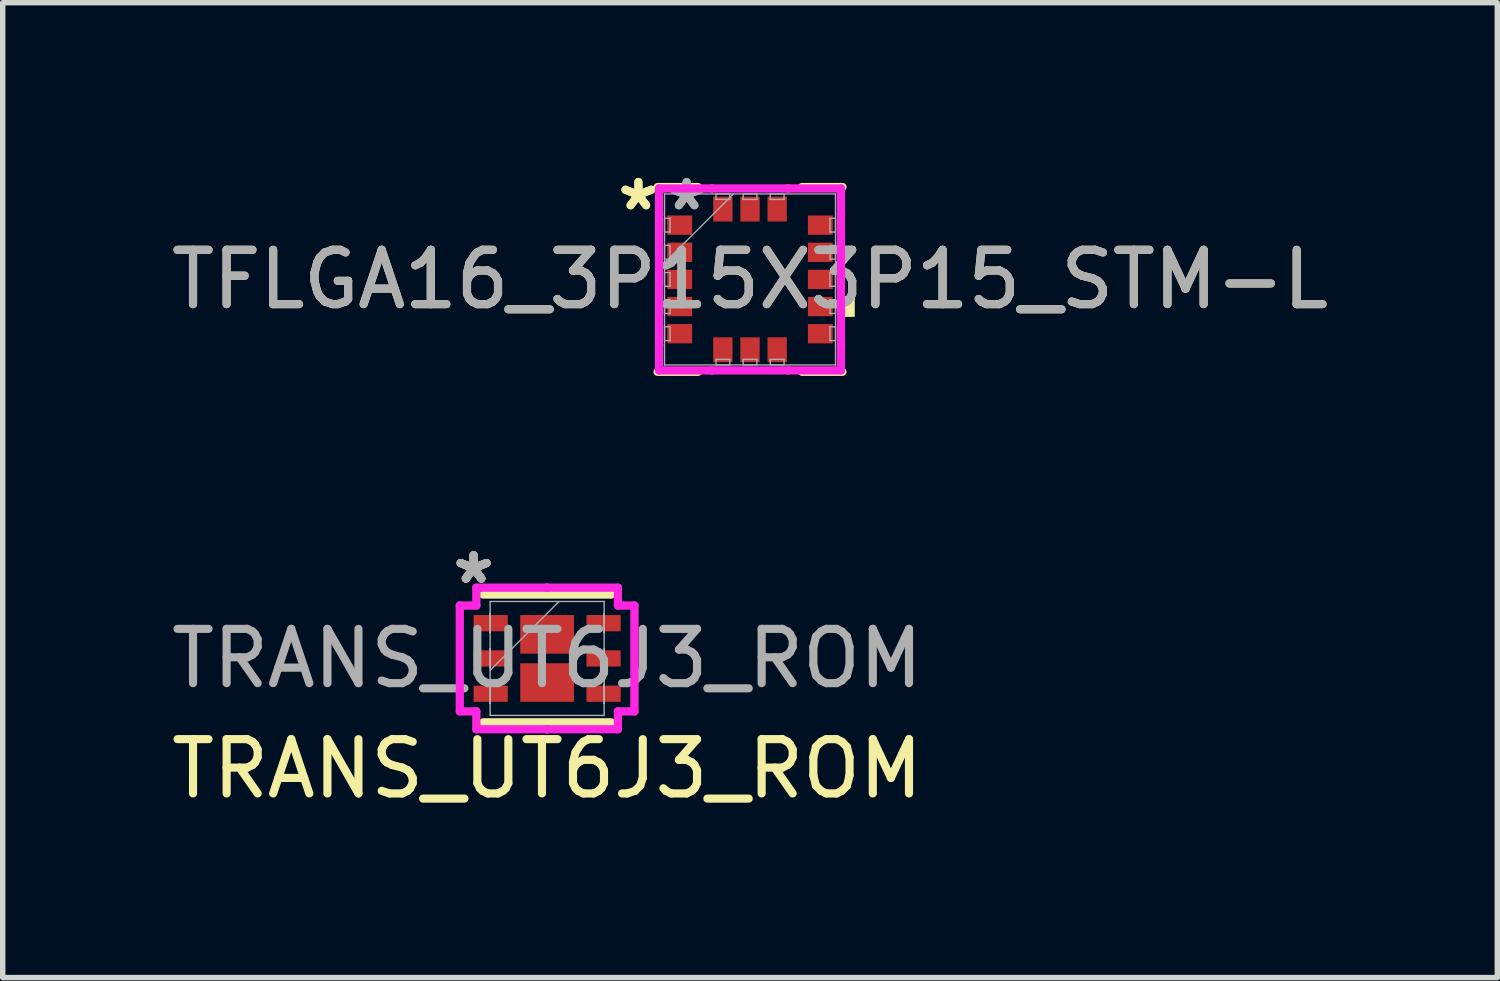
<source format=kicad_pcb>
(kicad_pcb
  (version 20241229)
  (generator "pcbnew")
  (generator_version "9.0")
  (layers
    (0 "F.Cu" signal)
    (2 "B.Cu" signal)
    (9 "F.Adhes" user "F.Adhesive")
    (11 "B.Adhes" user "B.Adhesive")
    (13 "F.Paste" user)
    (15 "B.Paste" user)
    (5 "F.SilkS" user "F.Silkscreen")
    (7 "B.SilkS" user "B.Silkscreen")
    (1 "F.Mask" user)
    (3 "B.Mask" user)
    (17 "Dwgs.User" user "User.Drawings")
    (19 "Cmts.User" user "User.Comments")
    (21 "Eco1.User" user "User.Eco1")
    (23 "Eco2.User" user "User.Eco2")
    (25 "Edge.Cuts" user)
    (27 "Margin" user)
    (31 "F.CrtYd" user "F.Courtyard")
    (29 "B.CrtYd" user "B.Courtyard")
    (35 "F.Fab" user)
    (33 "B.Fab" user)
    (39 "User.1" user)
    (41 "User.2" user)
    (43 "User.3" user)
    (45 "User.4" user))
  (footprint "TRANS_UT6J3_ROM"
    (layer "F.Cu")
    (at 7.03 9.081)
    (property "Reference" "TRANS_UT6J3_ROM" (at 0 2.032 0) (unlocked yes) (layer "F.SilkS") (effects (font (size 1 1) (thickness 0.15))))
    (attr smd)
    (fp_line (start -1.177 1.177) (end 1.177 1.177) (stroke (width 0.152) (type solid)) (layer "F.SilkS"))
    (fp_line (start 1.177 -1.177) (end -1.177 -1.177) (stroke (width 0.152) (type solid)) (layer "F.SilkS"))
    (fp_line (start -1.609 -0.975) (end -1.304 -0.975) (stroke (width 0.152) (type solid)) (layer "F.CrtYd"))
    (fp_line (start -1.609 0.975) (end -1.609 -0.975) (stroke (width 0.152) (type solid)) (layer "F.CrtYd"))
    (fp_line (start -1.304 -1.304) (end 0 -1.304) (stroke (width 0.152) (type solid)) (layer "F.CrtYd"))
    (fp_line (start -1.304 -0.975) (end -1.304 -1.304) (stroke (width 0.152) (type solid)) (layer "F.CrtYd"))
    (fp_line (start -1.304 0.975) (end -1.609 0.975) (stroke (width 0.152) (type solid)) (layer "F.CrtYd"))
    (fp_line (start -1.304 1.304) (end -1.304 0.975) (stroke (width 0.152) (type solid)) (layer "F.CrtYd"))
    (fp_line (start 0 -1.304) (end 0 -1.304) (stroke (width 0.152) (type solid)) (layer "F.CrtYd"))
    (fp_line (start 0 -1.304) (end 0 -1.304) (stroke (width 0.152) (type solid)) (layer "F.CrtYd"))
    (fp_line (start 0 -1.304) (end 0 -1.304) (stroke (width 0.152) (type solid)) (layer "F.CrtYd"))
    (fp_line (start 0 -1.304) (end 1.304 -1.304) (stroke (width 0.152) (type solid)) (layer "F.CrtYd"))
    (fp_line (start 0 1.304) (end -1.304 1.304) (stroke (width 0.152) (type solid)) (layer "F.CrtYd"))
    (fp_line (start 0 1.304) (end 0 1.304) (stroke (width 0.152) (type solid)) (layer "F.CrtYd"))
    (fp_line (start 0 1.304) (end 0 1.304) (stroke (width 0.152) (type solid)) (layer "F.CrtYd"))
    (fp_line (start 0 1.304) (end 0 1.304) (stroke (width 0.152) (type solid)) (layer "F.CrtYd"))
    (fp_line (start 1.304 -1.304) (end 1.304 -0.975) (stroke (width 0.152) (type solid)) (layer "F.CrtYd"))
    (fp_line (start 1.304 -0.975) (end 1.609 -0.975) (stroke (width 0.152) (type solid)) (layer "F.CrtYd"))
    (fp_line (start 1.304 0.975) (end 1.304 1.304) (stroke (width 0.152) (type solid)) (layer "F.CrtYd"))
    (fp_line (start 1.304 1.304) (end 0 1.304) (stroke (width 0.152) (type solid)) (layer "F.CrtYd"))
    (fp_line (start 1.609 -0.975) (end 1.609 0.975) (stroke (width 0.152) (type solid)) (layer "F.CrtYd"))
    (fp_line (start 1.609 0.975) (end 1.304 0.975) (stroke (width 0.152) (type solid)) (layer "F.CrtYd"))
    (fp_line (start -1.05 -1.05) (end -1.05 1.05) (stroke (width 0.025) (type solid)) (layer "F.Fab"))
    (fp_line (start -1.05 -0.825) (end -1.05 -0.825) (stroke (width 0.025) (type solid)) (layer "F.Fab"))
    (fp_line (start -1.05 -0.825) (end -1.05 -0.475) (stroke (width 0.025) (type solid)) (layer "F.Fab"))
    (fp_line (start -1.05 -0.475) (end -1.05 -0.825) (stroke (width 0.025) (type solid)) (layer "F.Fab"))
    (fp_line (start -1.05 -0.475) (end -1.05 -0.475) (stroke (width 0.025) (type solid)) (layer "F.Fab"))
    (fp_line (start -1.05 -0.175) (end -1.05 -0.175) (stroke (width 0.025) (type solid)) (layer "F.Fab"))
    (fp_line (start -1.05 -0.175) (end -1.05 0.175) (stroke (width 0.025) (type solid)) (layer "F.Fab"))
    (fp_line (start -1.05 0.175) (end -1.05 -0.175) (stroke (width 0.025) (type solid)) (layer "F.Fab"))
    (fp_line (start -1.05 0.175) (end -1.05 0.175) (stroke (width 0.025) (type solid)) (layer "F.Fab"))
    (fp_line (start -1.05 0.22) (end 0.22 -1.05) (stroke (width 0.025) (type solid)) (layer "F.Fab"))
    (fp_line (start -1.05 0.475) (end -1.05 0.475) (stroke (width 0.025) (type solid)) (layer "F.Fab"))
    (fp_line (start -1.05 0.475) (end -1.05 0.825) (stroke (width 0.025) (type solid)) (layer "F.Fab"))
    (fp_line (start -1.05 0.825) (end -1.05 0.475) (stroke (width 0.025) (type solid)) (layer "F.Fab"))
    (fp_line (start -1.05 0.825) (end -1.05 0.825) (stroke (width 0.025) (type solid)) (layer "F.Fab"))
    (fp_line (start -1.05 1.05) (end 1.05 1.05) (stroke (width 0.025) (type solid)) (layer "F.Fab"))
    (fp_line (start 1.05 -1.05) (end -1.05 -1.05) (stroke (width 0.025) (type solid)) (layer "F.Fab"))
    (fp_line (start 1.05 -0.825) (end 1.05 -0.825) (stroke (width 0.025) (type solid)) (layer "F.Fab"))
    (fp_line (start 1.05 -0.825) (end 1.05 -0.475) (stroke (width 0.025) (type solid)) (layer "F.Fab"))
    (fp_line (start 1.05 -0.475) (end 1.05 -0.825) (stroke (width 0.025) (type solid)) (layer "F.Fab"))
    (fp_line (start 1.05 -0.475) (end 1.05 -0.475) (stroke (width 0.025) (type solid)) (layer "F.Fab"))
    (fp_line (start 1.05 -0.175) (end 1.05 -0.175) (stroke (width 0.025) (type solid)) (layer "F.Fab"))
    (fp_line (start 1.05 -0.175) (end 1.05 0.175) (stroke (width 0.025) (type solid)) (layer "F.Fab"))
    (fp_line (start 1.05 0.175) (end 1.05 -0.175) (stroke (width 0.025) (type solid)) (layer "F.Fab"))
    (fp_line (start 1.05 0.175) (end 1.05 0.175) (stroke (width 0.025) (type solid)) (layer "F.Fab"))
    (fp_line (start 1.05 0.475) (end 1.05 0.475) (stroke (width 0.025) (type solid)) (layer "F.Fab"))
    (fp_line (start 1.05 0.475) (end 1.05 0.825) (stroke (width 0.025) (type solid)) (layer "F.Fab"))
    (fp_line (start 1.05 0.825) (end 1.05 0.475) (stroke (width 0.025) (type solid)) (layer "F.Fab"))
    (fp_line (start 1.05 0.825) (end 1.05 0.825) (stroke (width 0.025) (type solid)) (layer "F.Fab"))
    (fp_line (start 1.05 1.05) (end 1.05 -1.05) (stroke (width 0.025) (type solid)) (layer "F.Fab"))
    (fp_text user "*" (at -1.355 -1.356 0) (unlocked yes) (layer "F.SilkS") (effects (font (size 1 1) (thickness 0.15))))
    (fp_text user "*" (at -1.355 -1.356 0) (layer "F.SilkS") (effects (font (size 1 1) (thickness 0.15))))
    (fp_text user "*" (at -1.355 -1.356 0) (layer "F.Fab") (effects (font (size 1 1) (thickness 0.15))))
    (fp_text user "*" (at -1.355 -1.356 0) (unlocked yes) (layer "F.Fab") (effects (font (size 1 1) (thickness 0.15))))
    (fp_text user "${REFERENCE}" (at 0 0 0) (unlocked yes) (layer "F.Fab") (effects (font (size 1 1) (thickness 0.15))))
    (pad "1" smd rect (at -1.04 -0.65 90) (size 0.299 0.63) (layers "F.Cu" "F.Mask" "F.Paste"))
    (pad "2" smd rect (at -1.04 0 90) (size 0.299 0.63) (layers "F.Cu" "F.Mask" "F.Paste"))
    (pad "3" smd rect (at -1.04 0.65 90) (size 0.299 0.63) (layers "F.Cu" "F.Mask" "F.Paste"))
    (pad "4" smd rect (at 1.04 0.65 90) (size 0.299 0.63) (layers "F.Cu" "F.Mask" "F.Paste"))
    (pad "5" smd rect (at 1.04 0 90) (size 0.299 0.63) (layers "F.Cu" "F.Mask" "F.Paste"))
    (pad "6" smd rect (at 1.04 -0.65 90) (size 0.299 0.63) (layers "F.Cu" "F.Mask" "F.Paste"))
    (pad "7" smd rect (at 0 -0.444) (size 0.991 0.711) (layers "F.Cu" "F.Mask" "F.Paste"))
    (pad "8" smd rect (at 0 0.444) (size 0.991 0.711) (layers "F.Cu" "F.Mask" "F.Paste")))
  (footprint "TFLGA16_3P15X3P15_STM-L"
    (layer "F.Cu")
    (at 10.768 2.098)
    (property "Reference" "TFLGA16_3P15X3P15_STM-L" (at 0 0 0) (unlocked yes) (layer "F.SilkS") (effects (font (size 1 1) (thickness 0.15))))
    (attr smd)
    (fp_line (start -1.702 1.702) (end -0.959 1.702) (stroke (width 0.152) (type solid)) (layer "F.SilkS"))
    (fp_line (start -0.959 -1.702) (end -1.702 -1.702) (stroke (width 0.152) (type solid)) (layer "F.SilkS"))
    (fp_line (start 0.959 1.702) (end 1.702 1.702) (stroke (width 0.152) (type solid)) (layer "F.SilkS"))
    (fp_line (start 1.702 -1.702) (end 0.959 -1.702) (stroke (width 0.152) (type solid)) (layer "F.SilkS"))
    (fp_poly (pts (xy 1.93 0.309) (xy 1.93 0.69) (xy 1.676 0.69) (xy 1.676 0.309)) (stroke (width 0) (type solid)) (fill yes) (layer "F.SilkS"))
    (fp_line (start -1.676 -1.676) (end -0.703 -1.676) (stroke (width 0.152) (type solid)) (layer "F.CrtYd"))
    (fp_line (start -1.676 -1.203) (end -1.676 -1.676) (stroke (width 0.152) (type solid)) (layer "F.CrtYd"))
    (fp_line (start -1.676 -1.203) (end -1.676 -1.203) (stroke (width 0.152) (type solid)) (layer "F.CrtYd"))
    (fp_line (start -1.676 1.203) (end -1.676 -1.203) (stroke (width 0.152) (type solid)) (layer "F.CrtYd"))
    (fp_line (start -1.676 1.203) (end -1.676 1.203) (stroke (width 0.152) (type solid)) (layer "F.CrtYd"))
    (fp_line (start -1.676 1.676) (end -1.676 1.203) (stroke (width 0.152) (type solid)) (layer "F.CrtYd"))
    (fp_line (start -0.703 -1.676) (end -0.703 -1.676) (stroke (width 0.152) (type solid)) (layer "F.CrtYd"))
    (fp_line (start -0.703 -1.676) (end 0.703 -1.676) (stroke (width 0.152) (type solid)) (layer "F.CrtYd"))
    (fp_line (start -0.703 1.676) (end -1.676 1.676) (stroke (width 0.152) (type solid)) (layer "F.CrtYd"))
    (fp_line (start -0.703 1.676) (end -0.703 1.676) (stroke (width 0.152) (type solid)) (layer "F.CrtYd"))
    (fp_line (start 0.703 -1.676) (end 0.703 -1.676) (stroke (width 0.152) (type solid)) (layer "F.CrtYd"))
    (fp_line (start 0.703 -1.676) (end 1.676 -1.676) (stroke (width 0.152) (type solid)) (layer "F.CrtYd"))
    (fp_line (start 0.703 1.676) (end -0.703 1.676) (stroke (width 0.152) (type solid)) (layer "F.CrtYd"))
    (fp_line (start 0.703 1.676) (end 0.703 1.676) (stroke (width 0.152) (type solid)) (layer "F.CrtYd"))
    (fp_line (start 1.676 -1.676) (end 1.676 -1.203) (stroke (width 0.152) (type solid)) (layer "F.CrtYd"))
    (fp_line (start 1.676 -1.203) (end 1.676 -1.203) (stroke (width 0.152) (type solid)) (layer "F.CrtYd"))
    (fp_line (start 1.676 -1.203) (end 1.676 1.203) (stroke (width 0.152) (type solid)) (layer "F.CrtYd"))
    (fp_line (start 1.676 1.203) (end 1.676 1.203) (stroke (width 0.152) (type solid)) (layer "F.CrtYd"))
    (fp_line (start 1.676 1.203) (end 1.676 1.676) (stroke (width 0.152) (type solid)) (layer "F.CrtYd"))
    (fp_line (start 1.676 1.676) (end 0.703 1.676) (stroke (width 0.152) (type solid)) (layer "F.CrtYd"))
    (fp_line (start -1.575 -1.575) (end -1.575 -1.575) (stroke (width 0.025) (type solid)) (layer "F.Fab"))
    (fp_line (start -1.575 -1.575) (end -1.575 1.575) (stroke (width 0.025) (type solid)) (layer "F.Fab"))
    (fp_line (start -1.575 -1.127) (end -1.473 -1.127) (stroke (width 0.025) (type solid)) (layer "F.Fab"))
    (fp_line (start -1.575 -0.873) (end -1.575 -1.127) (stroke (width 0.025) (type solid)) (layer "F.Fab"))
    (fp_line (start -1.575 -0.627) (end -1.473 -0.627) (stroke (width 0.025) (type solid)) (layer "F.Fab"))
    (fp_line (start -1.575 -0.373) (end -1.575 -0.627) (stroke (width 0.025) (type solid)) (layer "F.Fab"))
    (fp_line (start -1.575 -0.305) (end -0.305 -1.575) (stroke (width 0.025) (type solid)) (layer "F.Fab"))
    (fp_line (start -1.575 -0.127) (end -1.473 -0.127) (stroke (width 0.025) (type solid)) (layer "F.Fab"))
    (fp_line (start -1.575 0.127) (end -1.575 -0.127) (stroke (width 0.025) (type solid)) (layer "F.Fab"))
    (fp_line (start -1.575 0.373) (end -1.473 0.373) (stroke (width 0.025) (type solid)) (layer "F.Fab"))
    (fp_line (start -1.575 0.627) (end -1.575 0.373) (stroke (width 0.025) (type solid)) (layer "F.Fab"))
    (fp_line (start -1.575 0.873) (end -1.473 0.873) (stroke (width 0.025) (type solid)) (layer "F.Fab"))
    (fp_line (start -1.575 1.127) (end -1.575 0.873) (stroke (width 0.025) (type solid)) (layer "F.Fab"))
    (fp_line (start -1.575 1.575) (end -1.575 1.575) (stroke (width 0.025) (type solid)) (layer "F.Fab"))
    (fp_line (start -1.575 1.575) (end 1.575 1.575) (stroke (width 0.025) (type solid)) (layer "F.Fab"))
    (fp_line (start -1.473 -1.127) (end -1.473 -0.873) (stroke (width 0.025) (type solid)) (layer "F.Fab"))
    (fp_line (start -1.473 -0.873) (end -1.575 -0.873) (stroke (width 0.025) (type solid)) (layer "F.Fab"))
    (fp_line (start -1.473 -0.627) (end -1.473 -0.373) (stroke (width 0.025) (type solid)) (layer "F.Fab"))
    (fp_line (start -1.473 -0.373) (end -1.575 -0.373) (stroke (width 0.025) (type solid)) (layer "F.Fab"))
    (fp_line (start -1.473 -0.127) (end -1.473 0.127) (stroke (width 0.025) (type solid)) (layer "F.Fab"))
    (fp_line (start -1.473 0.127) (end -1.575 0.127) (stroke (width 0.025) (type solid)) (layer "F.Fab"))
    (fp_line (start -1.473 0.373) (end -1.473 0.627) (stroke (width 0.025) (type solid)) (layer "F.Fab"))
    (fp_line (start -1.473 0.627) (end -1.575 0.627) (stroke (width 0.025) (type solid)) (layer "F.Fab"))
    (fp_line (start -1.473 0.873) (end -1.473 1.127) (stroke (width 0.025) (type solid)) (layer "F.Fab"))
    (fp_line (start -1.473 1.127) (end -1.575 1.127) (stroke (width 0.025) (type solid)) (layer "F.Fab"))
    (fp_line (start -0.627 -1.575) (end -0.373 -1.575) (stroke (width 0.025) (type solid)) (layer "F.Fab"))
    (fp_line (start -0.627 -1.473) (end -0.627 -1.575) (stroke (width 0.025) (type solid)) (layer "F.Fab"))
    (fp_line (start -0.627 1.473) (end -0.373 1.473) (stroke (width 0.025) (type solid)) (layer "F.Fab"))
    (fp_line (start -0.627 1.575) (end -0.627 1.473) (stroke (width 0.025) (type solid)) (layer "F.Fab"))
    (fp_line (start -0.373 -1.575) (end -0.373 -1.473) (stroke (width 0.025) (type solid)) (layer "F.Fab"))
    (fp_line (start -0.373 -1.473) (end -0.627 -1.473) (stroke (width 0.025) (type solid)) (layer "F.Fab"))
    (fp_line (start -0.373 1.473) (end -0.373 1.575) (stroke (width 0.025) (type solid)) (layer "F.Fab"))
    (fp_line (start -0.373 1.575) (end -0.627 1.575) (stroke (width 0.025) (type solid)) (layer "F.Fab"))
    (fp_line (start -0.127 -1.575) (end 0.127 -1.575) (stroke (width 0.025) (type solid)) (layer "F.Fab"))
    (fp_line (start -0.127 -1.473) (end -0.127 -1.575) (stroke (width 0.025) (type solid)) (layer "F.Fab"))
    (fp_line (start -0.127 1.473) (end 0.127 1.473) (stroke (width 0.025) (type solid)) (layer "F.Fab"))
    (fp_line (start -0.127 1.575) (end -0.127 1.473) (stroke (width 0.025) (type solid)) (layer "F.Fab"))
    (fp_line (start 0.127 -1.575) (end 0.127 -1.473) (stroke (width 0.025) (type solid)) (layer "F.Fab"))
    (fp_line (start 0.127 -1.473) (end -0.127 -1.473) (stroke (width 0.025) (type solid)) (layer "F.Fab"))
    (fp_line (start 0.127 1.473) (end 0.127 1.575) (stroke (width 0.025) (type solid)) (layer "F.Fab"))
    (fp_line (start 0.127 1.575) (end -0.127 1.575) (stroke (width 0.025) (type solid)) (layer "F.Fab"))
    (fp_line (start 0.373 -1.575) (end 0.627 -1.575) (stroke (width 0.025) (type solid)) (layer "F.Fab"))
    (fp_line (start 0.373 -1.473) (end 0.373 -1.575) (stroke (width 0.025) (type solid)) (layer "F.Fab"))
    (fp_line (start 0.373 1.473) (end 0.627 1.473) (stroke (width 0.025) (type solid)) (layer "F.Fab"))
    (fp_line (start 0.373 1.575) (end 0.373 1.473) (stroke (width 0.025) (type solid)) (layer "F.Fab"))
    (fp_line (start 0.627 -1.575) (end 0.627 -1.473) (stroke (width 0.025) (type solid)) (layer "F.Fab"))
    (fp_line (start 0.627 -1.473) (end 0.373 -1.473) (stroke (width 0.025) (type solid)) (layer "F.Fab"))
    (fp_line (start 0.627 1.473) (end 0.627 1.575) (stroke (width 0.025) (type solid)) (layer "F.Fab"))
    (fp_line (start 0.627 1.575) (end 0.373 1.575) (stroke (width 0.025) (type solid)) (layer "F.Fab"))
    (fp_line (start 1.473 -1.127) (end 1.575 -1.127) (stroke (width 0.025) (type solid)) (layer "F.Fab"))
    (fp_line (start 1.473 -0.873) (end 1.473 -1.127) (stroke (width 0.025) (type solid)) (layer "F.Fab"))
    (fp_line (start 1.473 -0.627) (end 1.575 -0.627) (stroke (width 0.025) (type solid)) (layer "F.Fab"))
    (fp_line (start 1.473 -0.373) (end 1.473 -0.627) (stroke (width 0.025) (type solid)) (layer "F.Fab"))
    (fp_line (start 1.473 -0.127) (end 1.575 -0.127) (stroke (width 0.025) (type solid)) (layer "F.Fab"))
    (fp_line (start 1.473 0.127) (end 1.473 -0.127) (stroke (width 0.025) (type solid)) (layer "F.Fab"))
    (fp_line (start 1.473 0.373) (end 1.575 0.373) (stroke (width 0.025) (type solid)) (layer "F.Fab"))
    (fp_line (start 1.473 0.627) (end 1.473 0.373) (stroke (width 0.025) (type solid)) (layer "F.Fab"))
    (fp_line (start 1.473 0.873) (end 1.575 0.873) (stroke (width 0.025) (type solid)) (layer "F.Fab"))
    (fp_line (start 1.473 1.127) (end 1.473 0.873) (stroke (width 0.025) (type solid)) (layer "F.Fab"))
    (fp_line (start 1.575 -1.575) (end -1.575 -1.575) (stroke (width 0.025) (type solid)) (layer "F.Fab"))
    (fp_line (start 1.575 -1.575) (end 1.575 -1.575) (stroke (width 0.025) (type solid)) (layer "F.Fab"))
    (fp_line (start 1.575 -1.127) (end 1.575 -0.873) (stroke (width 0.025) (type solid)) (layer "F.Fab"))
    (fp_line (start 1.575 -0.873) (end 1.473 -0.873) (stroke (width 0.025) (type solid)) (layer "F.Fab"))
    (fp_line (start 1.575 -0.627) (end 1.575 -0.373) (stroke (width 0.025) (type solid)) (layer "F.Fab"))
    (fp_line (start 1.575 -0.373) (end 1.473 -0.373) (stroke (width 0.025) (type solid)) (layer "F.Fab"))
    (fp_line (start 1.575 -0.127) (end 1.575 0.127) (stroke (width 0.025) (type solid)) (layer "F.Fab"))
    (fp_line (start 1.575 0.127) (end 1.473 0.127) (stroke (width 0.025) (type solid)) (layer "F.Fab"))
    (fp_line (start 1.575 0.373) (end 1.575 0.627) (stroke (width 0.025) (type solid)) (layer "F.Fab"))
    (fp_line (start 1.575 0.627) (end 1.473 0.627) (stroke (width 0.025) (type solid)) (layer "F.Fab"))
    (fp_line (start 1.575 0.873) (end 1.575 1.127) (stroke (width 0.025) (type solid)) (layer "F.Fab"))
    (fp_line (start 1.575 1.127) (end 1.473 1.127) (stroke (width 0.025) (type solid)) (layer "F.Fab"))
    (fp_line (start 1.575 1.575) (end 1.575 -1.575) (stroke (width 0.025) (type solid)) (layer "F.Fab"))
    (fp_line (start 1.575 1.575) (end 1.575 1.575) (stroke (width 0.025) (type solid)) (layer "F.Fab"))
    (fp_text user "*" (at -2.057 -1.25 0) (unlocked yes) (layer "F.SilkS") (effects (font (size 1 1) (thickness 0.15))))
    (fp_text user "*" (at -2.057 -1.25 0) (layer "F.SilkS") (effects (font (size 1 1) (thickness 0.15))))
    (fp_text user "${REFERENCE}" (at 0 0 0) (unlocked yes) (layer "F.Fab") (effects (font (size 1 1) (thickness 0.15))))
    (fp_text user "*" (at -1.168 -1.25 0) (layer "F.Fab") (effects (font (size 1 1) (thickness 0.15))))
    (fp_text user "*" (at -1.168 -1.25 0) (unlocked yes) (layer "F.Fab") (effects (font (size 1 1) (thickness 0.15))))
    (pad "1" smd rect (at -1.295 -1 90) (size 0.356 0.457) (layers "F.Cu" "F.Mask" "F.Paste"))
    (pad "2" smd rect (at -1.295 -0.5 90) (size 0.356 0.457) (layers "F.Cu" "F.Mask" "F.Paste"))
    (pad "3" smd rect (at -1.295 0 90) (size 0.356 0.457) (layers "F.Cu" "F.Mask" "F.Paste"))
    (pad "4" smd rect (at -1.295 0.5 90) (size 0.356 0.457) (layers "F.Cu" "F.Mask" "F.Paste"))
    (pad "5" smd rect (at -1.295 1 90) (size 0.356 0.457) (layers "F.Cu" "F.Mask" "F.Paste"))
    (pad "6" smd rect (at -0.5 1.295) (size 0.356 0.457) (layers "F.Cu" "F.Mask" "F.Paste"))
    (pad "7" smd rect (at 0 1.295) (size 0.356 0.457) (layers "F.Cu" "F.Mask" "F.Paste"))
    (pad "8" smd rect (at 0.5 1.295) (size 0.356 0.457) (layers "F.Cu" "F.Mask" "F.Paste"))
    (pad "9" smd rect (at 1.295 1 90) (size 0.356 0.457) (layers "F.Cu" "F.Mask" "F.Paste"))
    (pad "10" smd rect (at 1.295 0.5 90) (size 0.356 0.457) (layers "F.Cu" "F.Mask" "F.Paste"))
    (pad "11" smd rect (at 1.295 0 90) (size 0.356 0.457) (layers "F.Cu" "F.Mask" "F.Paste"))
    (pad "12" smd rect (at 1.295 -0.5 90) (size 0.356 0.457) (layers "F.Cu" "F.Mask" "F.Paste"))
    (pad "13" smd rect (at 1.295 -1 90) (size 0.356 0.457) (layers "F.Cu" "F.Mask" "F.Paste"))
    (pad "14" smd rect (at 0.5 -1.295) (size 0.356 0.457) (layers "F.Cu" "F.Mask" "F.Paste"))
    (pad "15" smd rect (at 0 -1.295) (size 0.356 0.457) (layers "F.Cu" "F.Mask" "F.Paste"))
    (pad "16" smd rect (at -0.5 -1.295) (size 0.356 0.457) (layers "F.Cu" "F.Mask" "F.Paste")))
  (gr_rect
    (start -3 -3)
    (end 24.536 14.961)
    (stroke (width 0.1) (type default))
    (fill no)
    (layer "Edge.Cuts")))
</source>
